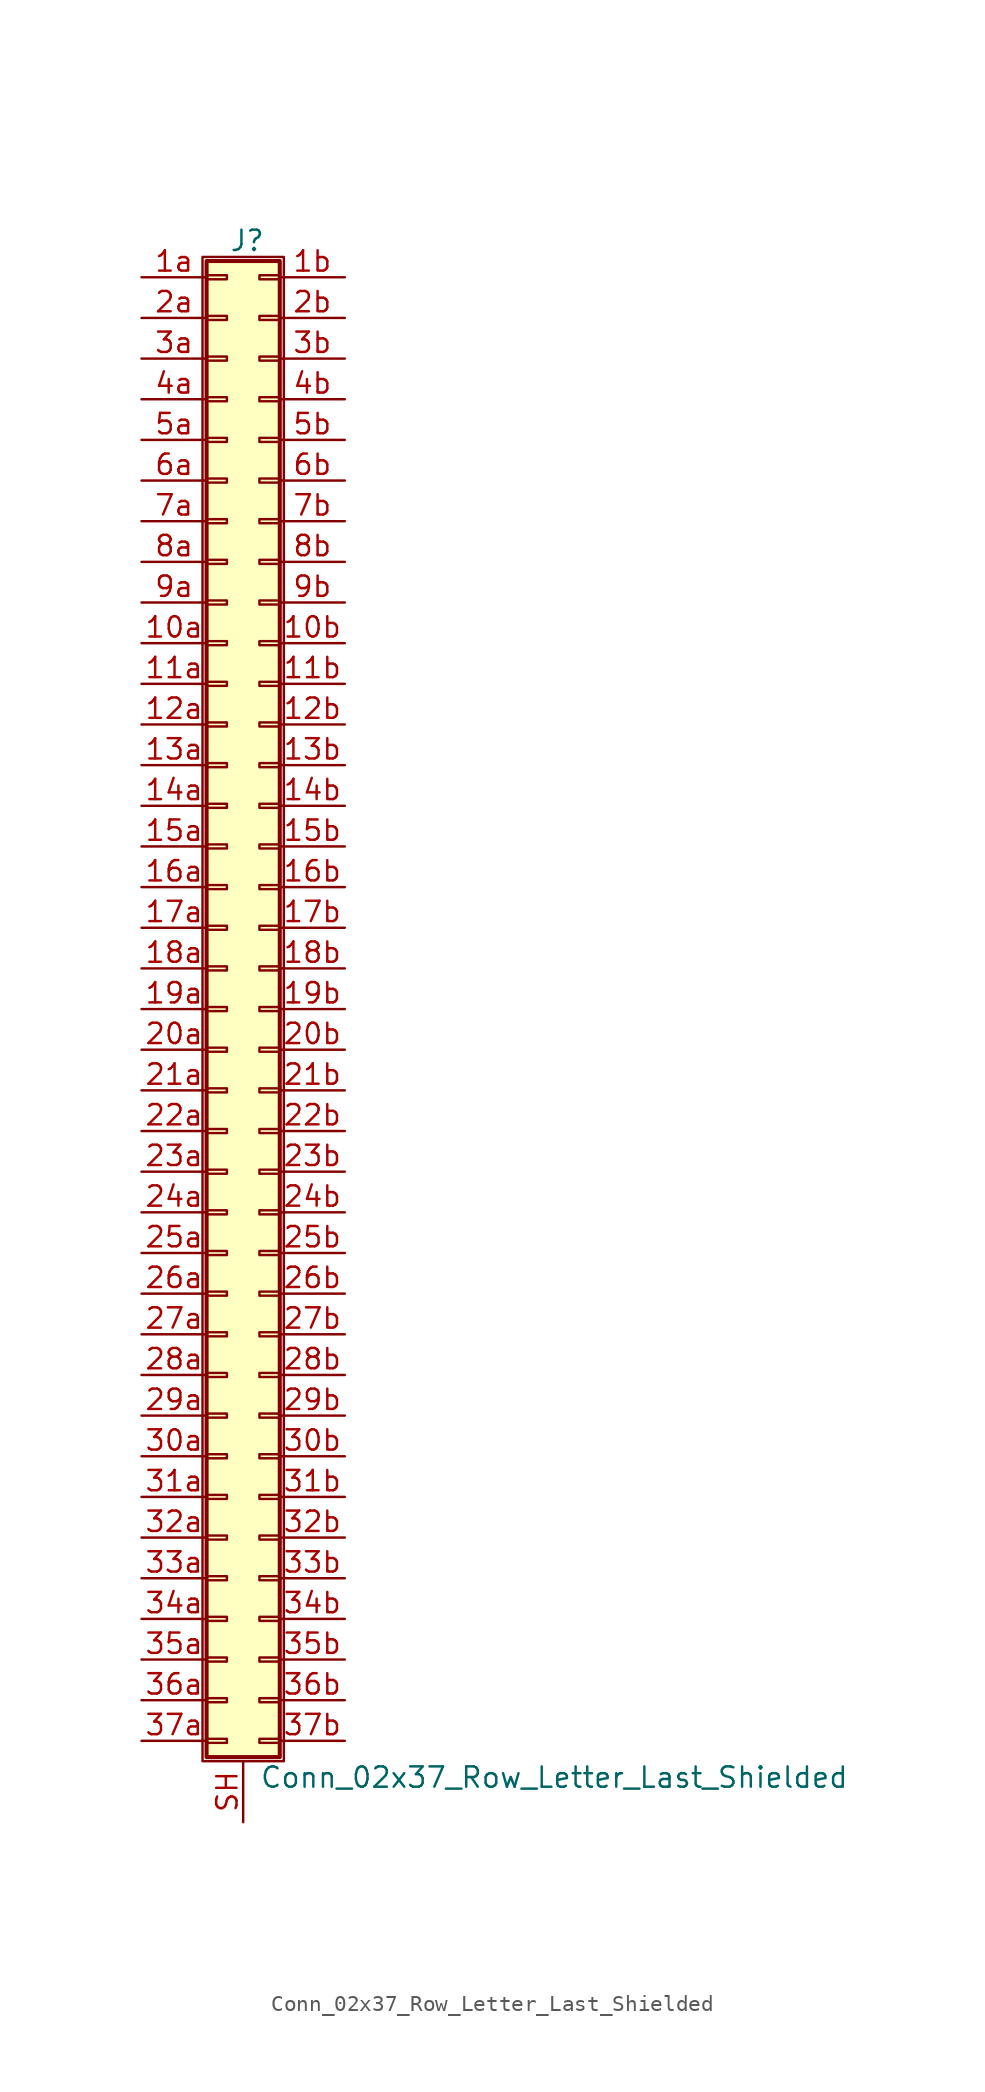
<source format=kicad_sym>
(kicad_symbol_lib
  (version 20211014)
  (generator kicad_symbol_editor)
  (symbol "Conn_02x37_Row_Letter_Last_Shielded"
    (pin_names
      (offset 1.016) hide)
    (property "Reference" "J"
      (at 1.524 48.006 0)
      (effects (font (size 1.27 1.27))))
    (property "Value" "Conn_02x37_Row_Letter_Last_Shielded"
      (at 2.286 -48.006 0)
      (effects (font (size 1.27 1.27)) (justify left)))
    (symbol "Conn_02x37_Row_Letter_Last_Shielded_1_1"
      (rectangle (start -1.27 46.99) (end 3.81 -46.99) (stroke (width 0.152) (type default) (color 0 0 0 0)) (fill (type none)))
      (rectangle (start -1.016 -45.593) (end 0.254 -45.847) (stroke (width 0.152) (type default) (color 0 0 0 0)) (fill (type none)))
      (rectangle (start -1.016 -43.053) (end 0.254 -43.307) (stroke (width 0.152) (type default) (color 0 0 0 0)) (fill (type none)))
      (rectangle (start -1.016 -40.513) (end 0.254 -40.767) (stroke (width 0.152) (type default) (color 0 0 0 0)) (fill (type none)))
      (rectangle (start -1.016 -37.973) (end 0.254 -38.227) (stroke (width 0.152) (type default) (color 0 0 0 0)) (fill (type none)))
      (rectangle (start -1.016 -35.433) (end 0.254 -35.687) (stroke (width 0.152) (type default) (color 0 0 0 0)) (fill (type none)))
      (rectangle (start -1.016 -32.893) (end 0.254 -33.147) (stroke (width 0.152) (type default) (color 0 0 0 0)) (fill (type none)))
      (rectangle (start -1.016 -30.353) (end 0.254 -30.607) (stroke (width 0.152) (type default) (color 0 0 0 0)) (fill (type none)))
      (rectangle (start -1.016 -27.813) (end 0.254 -28.067) (stroke (width 0.152) (type default) (color 0 0 0 0)) (fill (type none)))
      (rectangle (start -1.016 -25.273) (end 0.254 -25.527) (stroke (width 0.152) (type default) (color 0 0 0 0)) (fill (type none)))
      (rectangle (start -1.016 -22.733) (end 0.254 -22.987) (stroke (width 0.152) (type default) (color 0 0 0 0)) (fill (type none)))
      (rectangle (start -1.016 -20.193) (end 0.254 -20.447) (stroke (width 0.152) (type default) (color 0 0 0 0)) (fill (type none)))
      (rectangle (start -1.016 -17.653) (end 0.254 -17.907) (stroke (width 0.152) (type default) (color 0 0 0 0)) (fill (type none)))
      (rectangle (start -1.016 -15.113) (end 0.254 -15.367) (stroke (width 0.152) (type default) (color 0 0 0 0)) (fill (type none)))
      (rectangle (start -1.016 -12.573) (end 0.254 -12.827) (stroke (width 0.152) (type default) (color 0 0 0 0)) (fill (type none)))
      (rectangle (start -1.016 -10.033) (end 0.254 -10.287) (stroke (width 0.152) (type default) (color 0 0 0 0)) (fill (type none)))
      (rectangle (start -1.016 -7.493) (end 0.254 -7.747) (stroke (width 0.152) (type default) (color 0 0 0 0)) (fill (type none)))
      (rectangle (start -1.016 -4.953) (end 0.254 -5.207) (stroke (width 0.152) (type default) (color 0 0 0 0)) (fill (type none)))
      (rectangle (start -1.016 -2.413) (end 0.254 -2.667) (stroke (width 0.152) (type default) (color 0 0 0 0)) (fill (type none)))
      (rectangle (start -1.016 0.127) (end 0.254 -0.127) (stroke (width 0.152) (type default) (color 0 0 0 0)) (fill (type none)))
      (rectangle (start -1.016 2.667) (end 0.254 2.413) (stroke (width 0.152) (type default) (color 0 0 0 0)) (fill (type none)))
      (rectangle (start -1.016 5.207) (end 0.254 4.953) (stroke (width 0.152) (type default) (color 0 0 0 0)) (fill (type none)))
      (rectangle (start -1.016 7.747) (end 0.254 7.493) (stroke (width 0.152) (type default) (color 0 0 0 0)) (fill (type none)))
      (rectangle (start -1.016 10.287) (end 0.254 10.033) (stroke (width 0.152) (type default) (color 0 0 0 0)) (fill (type none)))
      (rectangle (start -1.016 12.827) (end 0.254 12.573) (stroke (width 0.152) (type default) (color 0 0 0 0)) (fill (type none)))
      (rectangle (start -1.016 15.367) (end 0.254 15.113) (stroke (width 0.152) (type default) (color 0 0 0 0)) (fill (type none)))
      (rectangle (start -1.016 17.907) (end 0.254 17.653) (stroke (width 0.152) (type default) (color 0 0 0 0)) (fill (type none)))
      (rectangle (start -1.016 20.447) (end 0.254 20.193) (stroke (width 0.152) (type default) (color 0 0 0 0)) (fill (type none)))
      (rectangle (start -1.016 22.987) (end 0.254 22.733) (stroke (width 0.152) (type default) (color 0 0 0 0)) (fill (type none)))
      (rectangle (start -1.016 25.527) (end 0.254 25.273) (stroke (width 0.152) (type default) (color 0 0 0 0)) (fill (type none)))
      (rectangle (start -1.016 28.067) (end 0.254 27.813) (stroke (width 0.152) (type default) (color 0 0 0 0)) (fill (type none)))
      (rectangle (start -1.016 30.607) (end 0.254 30.353) (stroke (width 0.152) (type default) (color 0 0 0 0)) (fill (type none)))
      (rectangle (start -1.016 33.147) (end 0.254 32.893) (stroke (width 0.152) (type default) (color 0 0 0 0)) (fill (type none)))
      (rectangle (start -1.016 35.687) (end 0.254 35.433) (stroke (width 0.152) (type default) (color 0 0 0 0)) (fill (type none)))
      (rectangle (start -1.016 38.227) (end 0.254 37.973) (stroke (width 0.152) (type default) (color 0 0 0 0)) (fill (type none)))
      (rectangle (start -1.016 40.767) (end 0.254 40.513) (stroke (width 0.152) (type default) (color 0 0 0 0)) (fill (type none)))
      (rectangle (start -1.016 43.307) (end 0.254 43.053) (stroke (width 0.152) (type default) (color 0 0 0 0)) (fill (type none)))
      (rectangle (start -1.016 45.847) (end 0.254 45.593) (stroke (width 0.152) (type default) (color 0 0 0 0)) (fill (type none)))
      (rectangle (start -1.016 46.736) (end 3.556 -46.736) (stroke (width 0.254) (type default) (color 0 0 0 0)) (fill (type background)))
      (rectangle (start 3.556 -45.593) (end 2.286 -45.847) (stroke (width 0.152) (type default) (color 0 0 0 0)) (fill (type none)))
      (rectangle (start 3.556 -43.053) (end 2.286 -43.307) (stroke (width 0.152) (type default) (color 0 0 0 0)) (fill (type none)))
      (rectangle (start 3.556 -40.513) (end 2.286 -40.767) (stroke (width 0.152) (type default) (color 0 0 0 0)) (fill (type none)))
      (rectangle (start 3.556 -37.973) (end 2.286 -38.227) (stroke (width 0.152) (type default) (color 0 0 0 0)) (fill (type none)))
      (rectangle (start 3.556 -35.433) (end 2.286 -35.687) (stroke (width 0.152) (type default) (color 0 0 0 0)) (fill (type none)))
      (rectangle (start 3.556 -32.893) (end 2.286 -33.147) (stroke (width 0.152) (type default) (color 0 0 0 0)) (fill (type none)))
      (rectangle (start 3.556 -30.353) (end 2.286 -30.607) (stroke (width 0.152) (type default) (color 0 0 0 0)) (fill (type none)))
      (rectangle (start 3.556 -27.813) (end 2.286 -28.067) (stroke (width 0.152) (type default) (color 0 0 0 0)) (fill (type none)))
      (rectangle (start 3.556 -25.273) (end 2.286 -25.527) (stroke (width 0.152) (type default) (color 0 0 0 0)) (fill (type none)))
      (rectangle (start 3.556 -22.733) (end 2.286 -22.987) (stroke (width 0.152) (type default) (color 0 0 0 0)) (fill (type none)))
      (rectangle (start 3.556 -20.193) (end 2.286 -20.447) (stroke (width 0.152) (type default) (color 0 0 0 0)) (fill (type none)))
      (rectangle (start 3.556 -17.653) (end 2.286 -17.907) (stroke (width 0.152) (type default) (color 0 0 0 0)) (fill (type none)))
      (rectangle (start 3.556 -15.113) (end 2.286 -15.367) (stroke (width 0.152) (type default) (color 0 0 0 0)) (fill (type none)))
      (rectangle (start 3.556 -12.573) (end 2.286 -12.827) (stroke (width 0.152) (type default) (color 0 0 0 0)) (fill (type none)))
      (rectangle (start 3.556 -10.033) (end 2.286 -10.287) (stroke (width 0.152) (type default) (color 0 0 0 0)) (fill (type none)))
      (rectangle (start 3.556 -7.493) (end 2.286 -7.747) (stroke (width 0.152) (type default) (color 0 0 0 0)) (fill (type none)))
      (rectangle (start 3.556 -4.953) (end 2.286 -5.207) (stroke (width 0.152) (type default) (color 0 0 0 0)) (fill (type none)))
      (rectangle (start 3.556 -2.413) (end 2.286 -2.667) (stroke (width 0.152) (type default) (color 0 0 0 0)) (fill (type none)))
      (rectangle (start 3.556 0.127) (end 2.286 -0.127) (stroke (width 0.152) (type default) (color 0 0 0 0)) (fill (type none)))
      (rectangle (start 3.556 2.667) (end 2.286 2.413) (stroke (width 0.152) (type default) (color 0 0 0 0)) (fill (type none)))
      (rectangle (start 3.556 5.207) (end 2.286 4.953) (stroke (width 0.152) (type default) (color 0 0 0 0)) (fill (type none)))
      (rectangle (start 3.556 7.747) (end 2.286 7.493) (stroke (width 0.152) (type default) (color 0 0 0 0)) (fill (type none)))
      (rectangle (start 3.556 10.287) (end 2.286 10.033) (stroke (width 0.152) (type default) (color 0 0 0 0)) (fill (type none)))
      (rectangle (start 3.556 12.827) (end 2.286 12.573) (stroke (width 0.152) (type default) (color 0 0 0 0)) (fill (type none)))
      (rectangle (start 3.556 15.367) (end 2.286 15.113) (stroke (width 0.152) (type default) (color 0 0 0 0)) (fill (type none)))
      (rectangle (start 3.556 17.907) (end 2.286 17.653) (stroke (width 0.152) (type default) (color 0 0 0 0)) (fill (type none)))
      (rectangle (start 3.556 20.447) (end 2.286 20.193) (stroke (width 0.152) (type default) (color 0 0 0 0)) (fill (type none)))
      (rectangle (start 3.556 22.987) (end 2.286 22.733) (stroke (width 0.152) (type default) (color 0 0 0 0)) (fill (type none)))
      (rectangle (start 3.556 25.527) (end 2.286 25.273) (stroke (width 0.152) (type default) (color 0 0 0 0)) (fill (type none)))
      (rectangle (start 3.556 28.067) (end 2.286 27.813) (stroke (width 0.152) (type default) (color 0 0 0 0)) (fill (type none)))
      (rectangle (start 3.556 30.607) (end 2.286 30.353) (stroke (width 0.152) (type default) (color 0 0 0 0)) (fill (type none)))
      (rectangle (start 3.556 33.147) (end 2.286 32.893) (stroke (width 0.152) (type default) (color 0 0 0 0)) (fill (type none)))
      (rectangle (start 3.556 35.687) (end 2.286 35.433) (stroke (width 0.152) (type default) (color 0 0 0 0)) (fill (type none)))
      (rectangle (start 3.556 38.227) (end 2.286 37.973) (stroke (width 0.152) (type default) (color 0 0 0 0)) (fill (type none)))
      (rectangle (start 3.556 40.767) (end 2.286 40.513) (stroke (width 0.152) (type default) (color 0 0 0 0)) (fill (type none)))
      (rectangle (start 3.556 43.307) (end 2.286 43.053) (stroke (width 0.152) (type default) (color 0 0 0 0)) (fill (type none)))
      (rectangle (start 3.556 45.847) (end 2.286 45.593) (stroke (width 0.152) (type default) (color 0 0 0 0)) (fill (type none)))
      (pin passive line (at -5.08 22.86 0) (length 4.064) (name "Pin_10a" (effects (font (size 1.27 1.27)))) (number "10a" (effects (font (size 1.27 1.27)))))
      (pin passive line (at 7.62 22.86 180) (length 4.064) (name "Pin_10b" (effects (font (size 1.27 1.27)))) (number "10b" (effects (font (size 1.27 1.27)))))
      (pin passive line (at -5.08 20.32 0) (length 4.064) (name "Pin_11a" (effects (font (size 1.27 1.27)))) (number "11a" (effects (font (size 1.27 1.27)))))
      (pin passive line (at 7.62 20.32 180) (length 4.064) (name "Pin_11b" (effects (font (size 1.27 1.27)))) (number "11b" (effects (font (size 1.27 1.27)))))
      (pin passive line (at -5.08 17.78 0) (length 4.064) (name "Pin_12a" (effects (font (size 1.27 1.27)))) (number "12a" (effects (font (size 1.27 1.27)))))
      (pin passive line (at 7.62 17.78 180) (length 4.064) (name "Pin_12b" (effects (font (size 1.27 1.27)))) (number "12b" (effects (font (size 1.27 1.27)))))
      (pin passive line (at -5.08 15.24 0) (length 4.064) (name "Pin_13a" (effects (font (size 1.27 1.27)))) (number "13a" (effects (font (size 1.27 1.27)))))
      (pin passive line (at 7.62 15.24 180) (length 4.064) (name "Pin_13b" (effects (font (size 1.27 1.27)))) (number "13b" (effects (font (size 1.27 1.27)))))
      (pin passive line (at -5.08 12.7 0) (length 4.064) (name "Pin_14a" (effects (font (size 1.27 1.27)))) (number "14a" (effects (font (size 1.27 1.27)))))
      (pin passive line (at 7.62 12.7 180) (length 4.064) (name "Pin_14b" (effects (font (size 1.27 1.27)))) (number "14b" (effects (font (size 1.27 1.27)))))
      (pin passive line (at -5.08 10.16 0) (length 4.064) (name "Pin_15a" (effects (font (size 1.27 1.27)))) (number "15a" (effects (font (size 1.27 1.27)))))
      (pin passive line (at 7.62 10.16 180) (length 4.064) (name "Pin_15b" (effects (font (size 1.27 1.27)))) (number "15b" (effects (font (size 1.27 1.27)))))
      (pin passive line (at -5.08 7.62 0) (length 4.064) (name "Pin_16a" (effects (font (size 1.27 1.27)))) (number "16a" (effects (font (size 1.27 1.27)))))
      (pin passive line (at 7.62 7.62 180) (length 4.064) (name "Pin_16b" (effects (font (size 1.27 1.27)))) (number "16b" (effects (font (size 1.27 1.27)))))
      (pin passive line (at -5.08 5.08 0) (length 4.064) (name "Pin_17a" (effects (font (size 1.27 1.27)))) (number "17a" (effects (font (size 1.27 1.27)))))
      (pin passive line (at 7.62 5.08 180) (length 4.064) (name "Pin_17b" (effects (font (size 1.27 1.27)))) (number "17b" (effects (font (size 1.27 1.27)))))
      (pin passive line (at -5.08 2.54 0) (length 4.064) (name "Pin_18a" (effects (font (size 1.27 1.27)))) (number "18a" (effects (font (size 1.27 1.27)))))
      (pin passive line (at 7.62 2.54 180) (length 4.064) (name "Pin_18b" (effects (font (size 1.27 1.27)))) (number "18b" (effects (font (size 1.27 1.27)))))
      (pin passive line (at -5.08 0 0) (length 4.064) (name "Pin_19a" (effects (font (size 1.27 1.27)))) (number "19a" (effects (font (size 1.27 1.27)))))
      (pin passive line (at 7.62 0 180) (length 4.064) (name "Pin_19b" (effects (font (size 1.27 1.27)))) (number "19b" (effects (font (size 1.27 1.27)))))
      (pin passive line (at -5.08 45.72 0) (length 4.064) (name "Pin_1a" (effects (font (size 1.27 1.27)))) (number "1a" (effects (font (size 1.27 1.27)))))
      (pin passive line (at 7.62 45.72 180) (length 4.064) (name "Pin_1b" (effects (font (size 1.27 1.27)))) (number "1b" (effects (font (size 1.27 1.27)))))
      (pin passive line (at -5.08 -2.54 0) (length 4.064) (name "Pin_20a" (effects (font (size 1.27 1.27)))) (number "20a" (effects (font (size 1.27 1.27)))))
      (pin passive line (at 7.62 -2.54 180) (length 4.064) (name "Pin_20b" (effects (font (size 1.27 1.27)))) (number "20b" (effects (font (size 1.27 1.27)))))
      (pin passive line (at -5.08 -5.08 0) (length 4.064) (name "Pin_21a" (effects (font (size 1.27 1.27)))) (number "21a" (effects (font (size 1.27 1.27)))))
      (pin passive line (at 7.62 -5.08 180) (length 4.064) (name "Pin_21b" (effects (font (size 1.27 1.27)))) (number "21b" (effects (font (size 1.27 1.27)))))
      (pin passive line (at -5.08 -7.62 0) (length 4.064) (name "Pin_22a" (effects (font (size 1.27 1.27)))) (number "22a" (effects (font (size 1.27 1.27)))))
      (pin passive line (at 7.62 -7.62 180) (length 4.064) (name "Pin_22b" (effects (font (size 1.27 1.27)))) (number "22b" (effects (font (size 1.27 1.27)))))
      (pin passive line (at -5.08 -10.16 0) (length 4.064) (name "Pin_23a" (effects (font (size 1.27 1.27)))) (number "23a" (effects (font (size 1.27 1.27)))))
      (pin passive line (at 7.62 -10.16 180) (length 4.064) (name "Pin_23b" (effects (font (size 1.27 1.27)))) (number "23b" (effects (font (size 1.27 1.27)))))
      (pin passive line (at -5.08 -12.7 0) (length 4.064) (name "Pin_24a" (effects (font (size 1.27 1.27)))) (number "24a" (effects (font (size 1.27 1.27)))))
      (pin passive line (at 7.62 -12.7 180) (length 4.064) (name "Pin_24b" (effects (font (size 1.27 1.27)))) (number "24b" (effects (font (size 1.27 1.27)))))
      (pin passive line (at -5.08 -15.24 0) (length 4.064) (name "Pin_25a" (effects (font (size 1.27 1.27)))) (number "25a" (effects (font (size 1.27 1.27)))))
      (pin passive line (at 7.62 -15.24 180) (length 4.064) (name "Pin_25b" (effects (font (size 1.27 1.27)))) (number "25b" (effects (font (size 1.27 1.27)))))
      (pin passive line (at -5.08 -17.78 0) (length 4.064) (name "Pin_26a" (effects (font (size 1.27 1.27)))) (number "26a" (effects (font (size 1.27 1.27)))))
      (pin passive line (at 7.62 -17.78 180) (length 4.064) (name "Pin_26b" (effects (font (size 1.27 1.27)))) (number "26b" (effects (font (size 1.27 1.27)))))
      (pin passive line (at -5.08 -20.32 0) (length 4.064) (name "Pin_27a" (effects (font (size 1.27 1.27)))) (number "27a" (effects (font (size 1.27 1.27)))))
      (pin passive line (at 7.62 -20.32 180) (length 4.064) (name "Pin_27b" (effects (font (size 1.27 1.27)))) (number "27b" (effects (font (size 1.27 1.27)))))
      (pin passive line (at -5.08 -22.86 0) (length 4.064) (name "Pin_28a" (effects (font (size 1.27 1.27)))) (number "28a" (effects (font (size 1.27 1.27)))))
      (pin passive line (at 7.62 -22.86 180) (length 4.064) (name "Pin_28b" (effects (font (size 1.27 1.27)))) (number "28b" (effects (font (size 1.27 1.27)))))
      (pin passive line (at -5.08 -25.4 0) (length 4.064) (name "Pin_29a" (effects (font (size 1.27 1.27)))) (number "29a" (effects (font (size 1.27 1.27)))))
      (pin passive line (at 7.62 -25.4 180) (length 4.064) (name "Pin_29b" (effects (font (size 1.27 1.27)))) (number "29b" (effects (font (size 1.27 1.27)))))
      (pin passive line (at -5.08 43.18 0) (length 4.064) (name "Pin_2a" (effects (font (size 1.27 1.27)))) (number "2a" (effects (font (size 1.27 1.27)))))
      (pin passive line (at 7.62 43.18 180) (length 4.064) (name "Pin_2b" (effects (font (size 1.27 1.27)))) (number "2b" (effects (font (size 1.27 1.27)))))
      (pin passive line (at -5.08 -27.94 0) (length 4.064) (name "Pin_30a" (effects (font (size 1.27 1.27)))) (number "30a" (effects (font (size 1.27 1.27)))))
      (pin passive line (at 7.62 -27.94 180) (length 4.064) (name "Pin_30b" (effects (font (size 1.27 1.27)))) (number "30b" (effects (font (size 1.27 1.27)))))
      (pin passive line (at -5.08 -30.48 0) (length 4.064) (name "Pin_31a" (effects (font (size 1.27 1.27)))) (number "31a" (effects (font (size 1.27 1.27)))))
      (pin passive line (at 7.62 -30.48 180) (length 4.064) (name "Pin_31b" (effects (font (size 1.27 1.27)))) (number "31b" (effects (font (size 1.27 1.27)))))
      (pin passive line (at -5.08 -33.02 0) (length 4.064) (name "Pin_32a" (effects (font (size 1.27 1.27)))) (number "32a" (effects (font (size 1.27 1.27)))))
      (pin passive line (at 7.62 -33.02 180) (length 4.064) (name "Pin_32b" (effects (font (size 1.27 1.27)))) (number "32b" (effects (font (size 1.27 1.27)))))
      (pin passive line (at -5.08 -35.56 0) (length 4.064) (name "Pin_33a" (effects (font (size 1.27 1.27)))) (number "33a" (effects (font (size 1.27 1.27)))))
      (pin passive line (at 7.62 -35.56 180) (length 4.064) (name "Pin_33b" (effects (font (size 1.27 1.27)))) (number "33b" (effects (font (size 1.27 1.27)))))
      (pin passive line (at -5.08 -38.1 0) (length 4.064) (name "Pin_34a" (effects (font (size 1.27 1.27)))) (number "34a" (effects (font (size 1.27 1.27)))))
      (pin passive line (at 7.62 -38.1 180) (length 4.064) (name "Pin_34b" (effects (font (size 1.27 1.27)))) (number "34b" (effects (font (size 1.27 1.27)))))
      (pin passive line (at -5.08 -40.64 0) (length 4.064) (name "Pin_35a" (effects (font (size 1.27 1.27)))) (number "35a" (effects (font (size 1.27 1.27)))))
      (pin passive line (at 7.62 -40.64 180) (length 4.064) (name "Pin_35b" (effects (font (size 1.27 1.27)))) (number "35b" (effects (font (size 1.27 1.27)))))
      (pin passive line (at -5.08 -43.18 0) (length 4.064) (name "Pin_36a" (effects (font (size 1.27 1.27)))) (number "36a" (effects (font (size 1.27 1.27)))))
      (pin passive line (at 7.62 -43.18 180) (length 4.064) (name "Pin_36b" (effects (font (size 1.27 1.27)))) (number "36b" (effects (font (size 1.27 1.27)))))
      (pin passive line (at -5.08 -45.72 0) (length 4.064) (name "Pin_37a" (effects (font (size 1.27 1.27)))) (number "37a" (effects (font (size 1.27 1.27)))))
      (pin passive line (at 7.62 -45.72 180) (length 4.064) (name "Pin_37b" (effects (font (size 1.27 1.27)))) (number "37b" (effects (font (size 1.27 1.27)))))
      (pin passive line (at -5.08 40.64 0) (length 4.064) (name "Pin_3a" (effects (font (size 1.27 1.27)))) (number "3a" (effects (font (size 1.27 1.27)))))
      (pin passive line (at 7.62 40.64 180) (length 4.064) (name "Pin_3b" (effects (font (size 1.27 1.27)))) (number "3b" (effects (font (size 1.27 1.27)))))
      (pin passive line (at -5.08 38.1 0) (length 4.064) (name "Pin_4a" (effects (font (size 1.27 1.27)))) (number "4a" (effects (font (size 1.27 1.27)))))
      (pin passive line (at 7.62 38.1 180) (length 4.064) (name "Pin_4b" (effects (font (size 1.27 1.27)))) (number "4b" (effects (font (size 1.27 1.27)))))
      (pin passive line (at -5.08 35.56 0) (length 4.064) (name "Pin_5a" (effects (font (size 1.27 1.27)))) (number "5a" (effects (font (size 1.27 1.27)))))
      (pin passive line (at 7.62 35.56 180) (length 4.064) (name "Pin_5b" (effects (font (size 1.27 1.27)))) (number "5b" (effects (font (size 1.27 1.27)))))
      (pin passive line (at -5.08 33.02 0) (length 4.064) (name "Pin_6a" (effects (font (size 1.27 1.27)))) (number "6a" (effects (font (size 1.27 1.27)))))
      (pin passive line (at 7.62 33.02 180) (length 4.064) (name "Pin_6b" (effects (font (size 1.27 1.27)))) (number "6b" (effects (font (size 1.27 1.27)))))
      (pin passive line (at -5.08 30.48 0) (length 4.064) (name "Pin_7a" (effects (font (size 1.27 1.27)))) (number "7a" (effects (font (size 1.27 1.27)))))
      (pin passive line (at 7.62 30.48 180) (length 4.064) (name "Pin_7b" (effects (font (size 1.27 1.27)))) (number "7b" (effects (font (size 1.27 1.27)))))
      (pin passive line (at -5.08 27.94 0) (length 4.064) (name "Pin_8a" (effects (font (size 1.27 1.27)))) (number "8a" (effects (font (size 1.27 1.27)))))
      (pin passive line (at 7.62 27.94 180) (length 4.064) (name "Pin_8b" (effects (font (size 1.27 1.27)))) (number "8b" (effects (font (size 1.27 1.27)))))
      (pin passive line (at -5.08 25.4 0) (length 4.064) (name "Pin_9a" (effects (font (size 1.27 1.27)))) (number "9a" (effects (font (size 1.27 1.27)))))
      (pin passive line (at 7.62 25.4 180) (length 4.064) (name "Pin_9b" (effects (font (size 1.27 1.27)))) (number "9b" (effects (font (size 1.27 1.27)))))
      (pin passive line (at 1.27 -50.8 90) (length 3.81) (name "Shield" (effects (font (size 1.27 1.27)))) (number "SH" (effects (font (size 1.27 1.27))))))))
</source>
